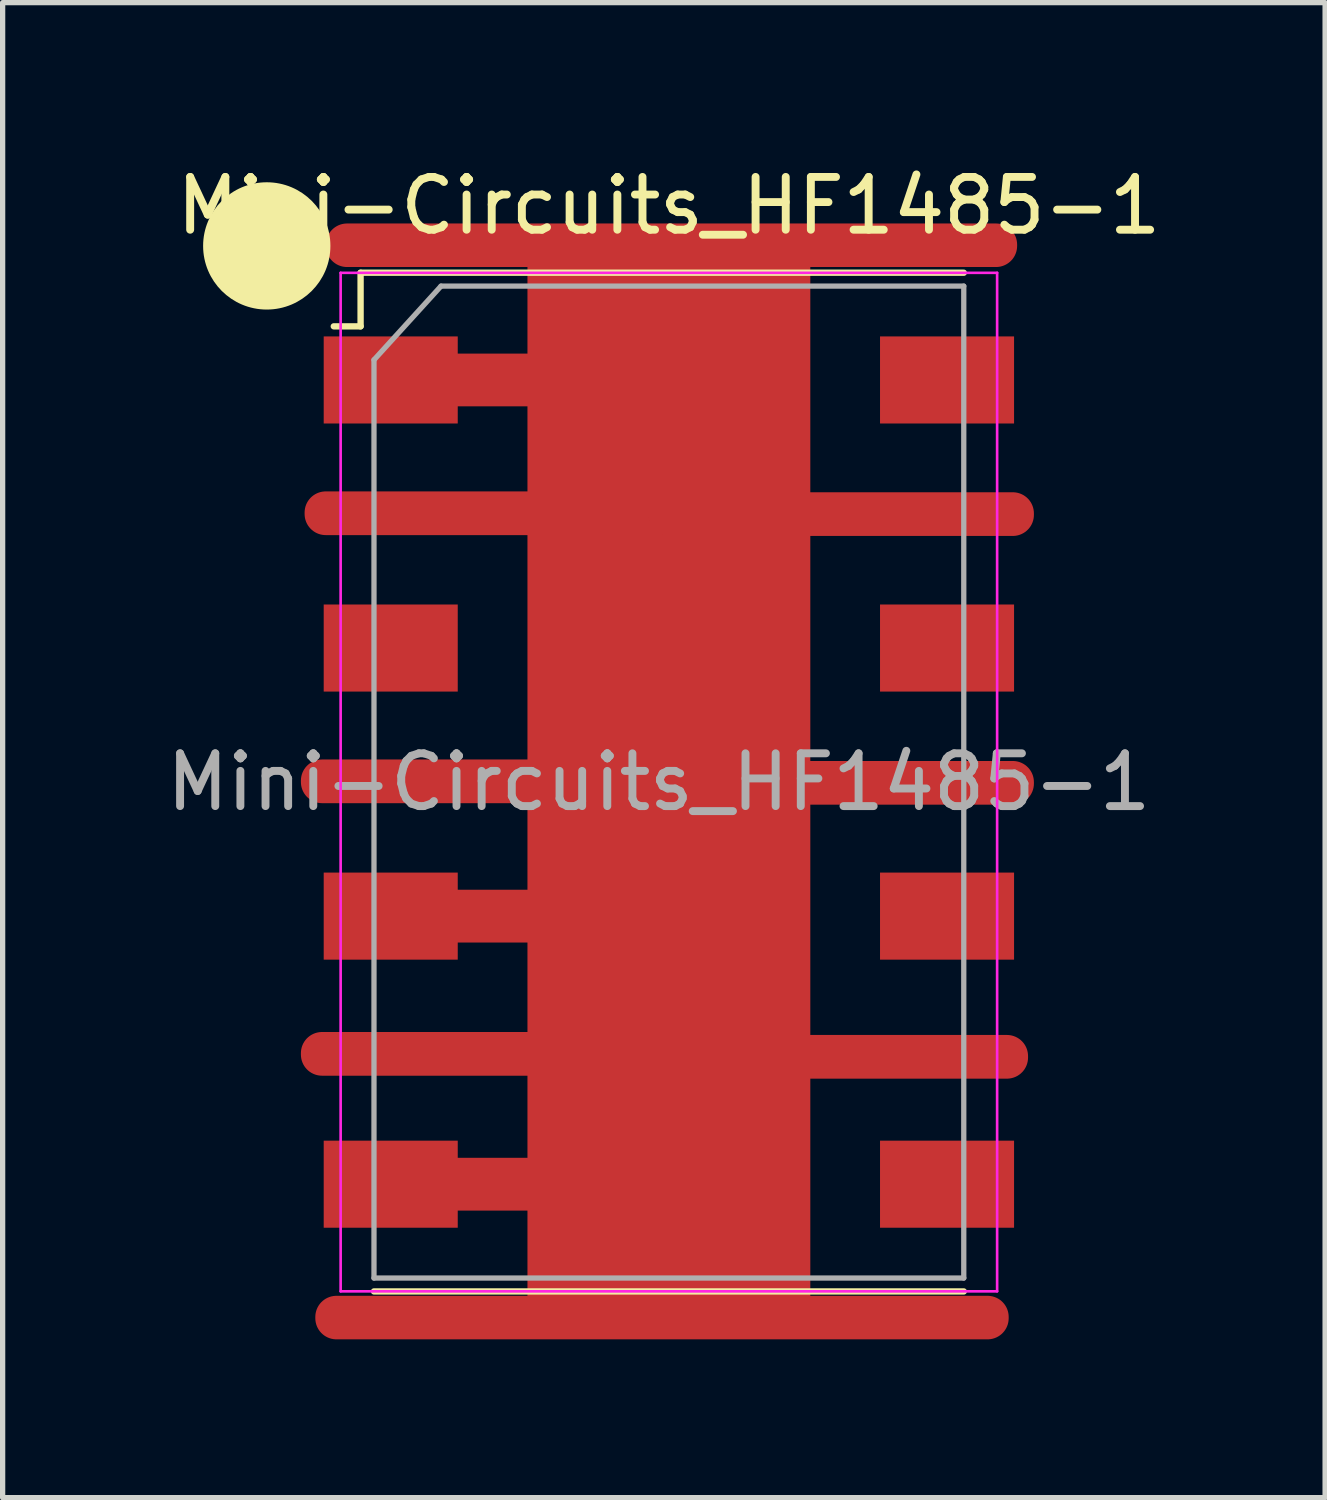
<source format=kicad_pcb>
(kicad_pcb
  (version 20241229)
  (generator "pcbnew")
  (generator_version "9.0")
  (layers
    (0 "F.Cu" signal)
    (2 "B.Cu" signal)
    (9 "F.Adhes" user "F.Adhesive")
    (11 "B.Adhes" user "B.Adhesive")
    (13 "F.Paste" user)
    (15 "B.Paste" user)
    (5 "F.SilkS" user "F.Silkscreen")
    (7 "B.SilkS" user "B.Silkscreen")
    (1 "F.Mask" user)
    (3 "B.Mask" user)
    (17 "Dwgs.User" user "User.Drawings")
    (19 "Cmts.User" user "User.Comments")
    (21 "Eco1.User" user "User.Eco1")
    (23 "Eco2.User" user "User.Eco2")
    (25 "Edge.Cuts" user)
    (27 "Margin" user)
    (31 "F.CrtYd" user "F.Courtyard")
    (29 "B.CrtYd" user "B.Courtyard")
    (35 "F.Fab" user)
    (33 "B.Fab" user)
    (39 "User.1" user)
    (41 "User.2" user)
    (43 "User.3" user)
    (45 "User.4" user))
  (footprint "Mini-Circuits_HF1485-1"
    (layer "F.Cu")
    (at 9.625 11.77)
    (property "Reference" "Mini-Circuits_HF1485-1" (at 0 -10.922 0) (layer "F.SilkS") (effects (font (size 1 1) (thickness 0.15))))
    (attr smd)
    (fp_line (start -5.271 -7.62) (end 0 -7.62) (stroke (width 1) (type solid)) (layer "F.Cu"))
    (fp_line (start -5.271 2.54) (end 0 2.54) (stroke (width 1) (type solid)) (layer "F.Cu"))
    (fp_line (start -5.271 7.62) (end 0 7.62) (stroke (width 1) (type solid)) (layer "F.Cu"))
    (fp_rect (start -6.573 -0.028) (end -0.07 -0.000197) (stroke (width 0.8) (type solid)) (fill no) (layer "F.Cu"))
    (fp_rect (start -6.573 5.136) (end -0.07 5.164) (stroke (width 0.8) (type solid)) (fill no) (layer "F.Cu"))
    (fp_rect (start -6.503 -5.108) (end 0 -5.08) (stroke (width 0.8) (type solid)) (fill no) (layer "F.Cu"))
    (fp_rect (start -6.3 10.135) (end 6.039 10.16) (stroke (width 0.8) (type solid)) (fill no) (layer "F.Cu"))
    (fp_rect (start -6.099 -10.185) (end 6.199 -10.16) (stroke (width 0.8) (type solid)) (fill no) (layer "F.Cu"))
    (fp_rect (start -2.58 -10.088) (end 2.58 10.048) (stroke (width 0.2) (type solid)) (fill yes) (layer "F.Cu"))
    (fp_rect (start -0.098 5.192) (end 6.406 5.22) (stroke (width 0.8) (type solid)) (fill no) (layer "F.Cu"))
    (fp_rect (start 0.014 0.000197) (end 6.517 0.028) (stroke (width 0.8) (type solid)) (fill no) (layer "F.Cu"))
    (fp_rect (start 0.014 -5.092) (end 6.517 -5.064) (stroke (width 0.8) (type solid)) (fill no) (layer "F.Cu"))
    (fp_line (start -5.842 -9.652) (end -5.842 -8.636) (stroke (width 0.12) (type solid)) (layer "F.SilkS"))
    (fp_line (start -5.842 -8.636) (end -6.35 -8.636) (stroke (width 0.12) (type solid)) (layer "F.SilkS"))
    (fp_line (start 5.588 -9.652) (end -5.842 -9.652) (stroke (width 0.12) (type solid)) (layer "F.SilkS"))
    (fp_line (start 5.588 9.652) (end -5.588 9.652) (stroke (width 0.12) (type solid)) (layer "F.SilkS"))
    (fp_circle (center -7.62 -10.16) (end -6.464 -10.16) (stroke (width 0.1) (type solid)) (fill yes) (layer "F.SilkS"))
    (fp_line (start -6.22 -9.65) (end -6.22 9.65) (stroke (width 0.05) (type solid)) (layer "F.CrtYd"))
    (fp_line (start -6.22 -9.65) (end 6.22 -9.65) (stroke (width 0.05) (type solid)) (layer "F.CrtYd"))
    (fp_line (start 6.22 9.65) (end -6.22 9.65) (stroke (width 0.05) (type solid)) (layer "F.CrtYd"))
    (fp_line (start 6.22 9.65) (end 6.22 -9.65) (stroke (width 0.05) (type solid)) (layer "F.CrtYd"))
    (fp_line (start -5.588 -8.001) (end -5.588 9.398) (stroke (width 0.1) (type solid)) (layer "F.Fab"))
    (fp_line (start -4.318 -9.398) (end -5.588 -8.001) (stroke (width 0.1) (type solid)) (layer "F.Fab"))
    (fp_line (start 5.588 -9.398) (end -4.318 -9.398) (stroke (width 0.1) (type solid)) (layer "F.Fab"))
    (fp_line (start 5.588 9.398) (end -5.588 9.398) (stroke (width 0.1) (type solid)) (layer "F.Fab"))
    (fp_line (start 5.588 9.398) (end 5.588 -9.398) (stroke (width 0.1) (type solid)) (layer "F.Fab"))
    (fp_text user "${REFERENCE}" (at -0.191 0 180) (layer "F.Fab") (effects (font (size 1 1) (thickness 0.15))))
    (pad "1" smd rect (at -5.271 -7.62 270) (size 1.65 2.54) (layers "F.Cu" "F.Mask" "F.Paste"))
    (pad "2" smd rect (at 5.271 -7.62 270) (size 1.65 2.54) (layers "F.Cu" "F.Mask" "F.Paste"))
    (pad "3" smd rect (at -5.271 -2.54 270) (size 1.65 2.54) (layers "F.Cu" "F.Mask" "F.Paste"))
    (pad "4" smd rect (at 5.271 -2.54 270) (size 1.65 2.54) (layers "F.Cu" "F.Mask" "F.Paste"))
    (pad "5" smd rect (at -5.271 2.54 270) (size 1.65 2.54) (layers "F.Cu" "F.Mask" "F.Paste"))
    (pad "6" smd rect (at 5.271 2.54 270) (size 1.65 2.54) (layers "F.Cu" "F.Mask" "F.Paste"))
    (pad "7" smd rect (at -5.271 7.62 270) (size 1.65 2.54) (layers "F.Cu" "F.Mask" "F.Paste"))
    (pad "8" smd rect (at 5.271 7.62 270) (size 1.65 2.54) (layers "F.Cu" "F.Mask" "F.Paste")))
  (gr_rect
    (start -3 -3)
    (end 22.06 25.33)
    (stroke (width 0.1) (type default))
    (fill no)
    (layer "Edge.Cuts")))
</source>
